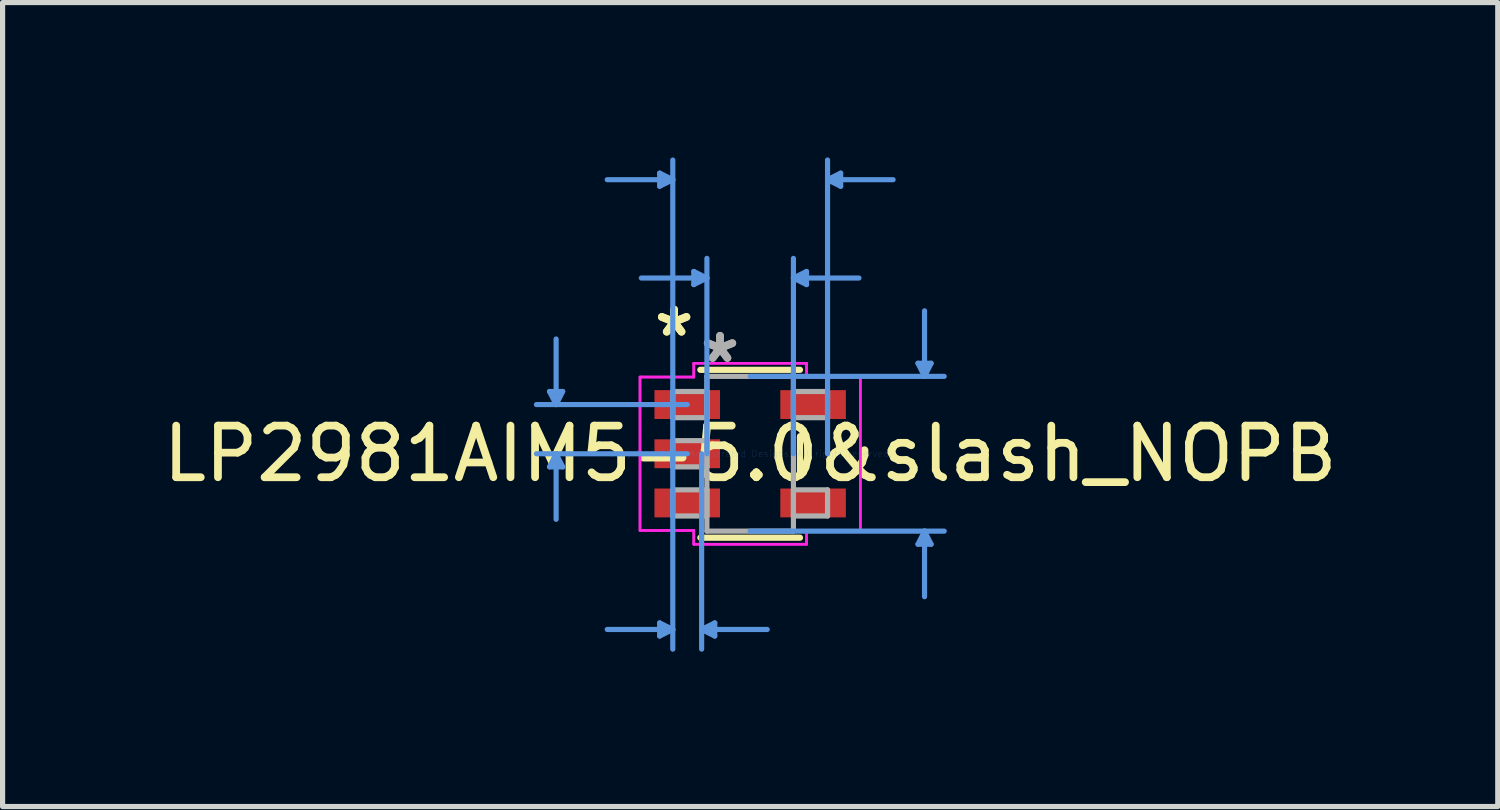
<source format=kicad_pcb>
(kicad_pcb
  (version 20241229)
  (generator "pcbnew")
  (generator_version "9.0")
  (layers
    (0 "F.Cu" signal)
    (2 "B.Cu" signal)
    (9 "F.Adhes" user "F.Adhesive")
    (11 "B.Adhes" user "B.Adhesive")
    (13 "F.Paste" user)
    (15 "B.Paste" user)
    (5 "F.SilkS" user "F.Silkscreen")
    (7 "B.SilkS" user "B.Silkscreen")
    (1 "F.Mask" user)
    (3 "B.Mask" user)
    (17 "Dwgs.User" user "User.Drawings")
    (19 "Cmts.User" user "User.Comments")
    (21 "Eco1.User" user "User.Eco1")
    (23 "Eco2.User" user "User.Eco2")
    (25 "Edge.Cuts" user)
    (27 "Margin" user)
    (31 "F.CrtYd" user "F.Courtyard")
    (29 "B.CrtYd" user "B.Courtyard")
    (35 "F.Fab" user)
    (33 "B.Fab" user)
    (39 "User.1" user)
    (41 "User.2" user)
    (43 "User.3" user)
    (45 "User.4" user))
  (footprint "LP2981AIM5-5.0&slash_NOPB"
    (layer "F.Cu")
    (at 11.482 5.74)
    (property "Reference" "LP2981AIM5-5.0&slash_NOPB" (at 0 0 0) (layer "F.SilkS") (effects (font (size 1 1) (thickness 0.15))))
    (attr through_hole)
    (fp_line (start -0.965 1.626) (end 0.965 1.626) (stroke (width 0.12) (type solid)) (layer "F.SilkS"))
    (fp_line (start 0.965 -1.626) (end -0.965 -1.626) (stroke (width 0.12) (type solid)) (layer "F.SilkS"))
    (fp_line (start 0.965 0.34) (end 0.965 -0.34) (stroke (width 0.12) (type solid)) (layer "F.SilkS"))
    (fp_line (start -3.886 -1.206) (end -3.632 -1.206) (stroke (width 0.1) (type solid)) (layer "Cmts.User"))
    (fp_line (start -3.886 0.254) (end -3.632 0.254) (stroke (width 0.1) (type solid)) (layer "Cmts.User"))
    (fp_line (start -3.759 -0.953) (end -3.886 -1.206) (stroke (width 0.1) (type solid)) (layer "Cmts.User"))
    (fp_line (start -3.759 -0.953) (end -3.759 -2.223) (stroke (width 0.1) (type solid)) (layer "Cmts.User"))
    (fp_line (start -3.759 -0.953) (end -3.632 -1.206) (stroke (width 0.1) (type solid)) (layer "Cmts.User"))
    (fp_line (start -3.759 0) (end -3.886 0.254) (stroke (width 0.1) (type solid)) (layer "Cmts.User"))
    (fp_line (start -3.759 0) (end -3.759 1.27) (stroke (width 0.1) (type solid)) (layer "Cmts.User"))
    (fp_line (start -3.759 0) (end -3.632 0.254) (stroke (width 0.1) (type solid)) (layer "Cmts.User"))
    (fp_line (start -1.753 -5.436) (end -1.753 -5.182) (stroke (width 0.1) (type solid)) (layer "Cmts.User"))
    (fp_line (start -1.753 3.277) (end -1.753 3.531) (stroke (width 0.1) (type solid)) (layer "Cmts.User"))
    (fp_line (start -1.499 -5.309) (end -2.769 -5.309) (stroke (width 0.1) (type solid)) (layer "Cmts.User"))
    (fp_line (start -1.499 -5.309) (end -1.753 -5.436) (stroke (width 0.1) (type solid)) (layer "Cmts.User"))
    (fp_line (start -1.499 -5.309) (end -1.753 -5.182) (stroke (width 0.1) (type solid)) (layer "Cmts.User"))
    (fp_line (start -1.499 0) (end -1.499 -5.69) (stroke (width 0.1) (type solid)) (layer "Cmts.User"))
    (fp_line (start -1.499 0) (end -1.499 3.785) (stroke (width 0.1) (type solid)) (layer "Cmts.User"))
    (fp_line (start -1.499 3.404) (end -2.769 3.404) (stroke (width 0.1) (type solid)) (layer "Cmts.User"))
    (fp_line (start -1.499 3.404) (end -1.753 3.277) (stroke (width 0.1) (type solid)) (layer "Cmts.User"))
    (fp_line (start -1.499 3.404) (end -1.753 3.531) (stroke (width 0.1) (type solid)) (layer "Cmts.User"))
    (fp_line (start -1.219 -0.953) (end -4.14 -0.953) (stroke (width 0.1) (type solid)) (layer "Cmts.User"))
    (fp_line (start -1.219 0) (end -4.14 0) (stroke (width 0.1) (type solid)) (layer "Cmts.User"))
    (fp_line (start -1.092 -3.531) (end -1.092 -3.277) (stroke (width 0.1) (type solid)) (layer "Cmts.User"))
    (fp_line (start -0.94 0) (end -0.94 3.785) (stroke (width 0.1) (type solid)) (layer "Cmts.User"))
    (fp_line (start -0.94 3.404) (end -0.686 3.277) (stroke (width 0.1) (type solid)) (layer "Cmts.User"))
    (fp_line (start -0.94 3.404) (end -0.686 3.531) (stroke (width 0.1) (type solid)) (layer "Cmts.User"))
    (fp_line (start -0.94 3.404) (end 0.33 3.404) (stroke (width 0.1) (type solid)) (layer "Cmts.User"))
    (fp_line (start -0.838 -3.404) (end -2.108 -3.404) (stroke (width 0.1) (type solid)) (layer "Cmts.User"))
    (fp_line (start -0.838 -3.404) (end -1.092 -3.531) (stroke (width 0.1) (type solid)) (layer "Cmts.User"))
    (fp_line (start -0.838 -3.404) (end -1.092 -3.277) (stroke (width 0.1) (type solid)) (layer "Cmts.User"))
    (fp_line (start -0.838 0) (end -0.838 -3.785) (stroke (width 0.1) (type solid)) (layer "Cmts.User"))
    (fp_line (start -0.686 3.277) (end -0.686 3.531) (stroke (width 0.1) (type solid)) (layer "Cmts.User"))
    (fp_line (start 0 -1.499) (end 3.759 -1.499) (stroke (width 0.1) (type solid)) (layer "Cmts.User"))
    (fp_line (start 0 1.499) (end 3.759 1.499) (stroke (width 0.1) (type solid)) (layer "Cmts.User"))
    (fp_line (start 0.838 -3.404) (end 1.092 -3.531) (stroke (width 0.1) (type solid)) (layer "Cmts.User"))
    (fp_line (start 0.838 -3.404) (end 1.092 -3.277) (stroke (width 0.1) (type solid)) (layer "Cmts.User"))
    (fp_line (start 0.838 -3.404) (end 2.108 -3.404) (stroke (width 0.1) (type solid)) (layer "Cmts.User"))
    (fp_line (start 0.838 0) (end 0.838 -3.785) (stroke (width 0.1) (type solid)) (layer "Cmts.User"))
    (fp_line (start 1.092 -3.531) (end 1.092 -3.277) (stroke (width 0.1) (type solid)) (layer "Cmts.User"))
    (fp_line (start 1.499 -5.309) (end 1.753 -5.436) (stroke (width 0.1) (type solid)) (layer "Cmts.User"))
    (fp_line (start 1.499 -5.309) (end 1.753 -5.182) (stroke (width 0.1) (type solid)) (layer "Cmts.User"))
    (fp_line (start 1.499 -5.309) (end 2.769 -5.309) (stroke (width 0.1) (type solid)) (layer "Cmts.User"))
    (fp_line (start 1.499 0) (end 1.499 -5.69) (stroke (width 0.1) (type solid)) (layer "Cmts.User"))
    (fp_line (start 1.753 -5.436) (end 1.753 -5.182) (stroke (width 0.1) (type solid)) (layer "Cmts.User"))
    (fp_line (start 3.251 -1.753) (end 3.505 -1.753) (stroke (width 0.1) (type solid)) (layer "Cmts.User"))
    (fp_line (start 3.251 1.753) (end 3.505 1.753) (stroke (width 0.1) (type solid)) (layer "Cmts.User"))
    (fp_line (start 3.378 -1.499) (end 3.251 -1.753) (stroke (width 0.1) (type solid)) (layer "Cmts.User"))
    (fp_line (start 3.378 -1.499) (end 3.378 -2.769) (stroke (width 0.1) (type solid)) (layer "Cmts.User"))
    (fp_line (start 3.378 -1.499) (end 3.505 -1.753) (stroke (width 0.1) (type solid)) (layer "Cmts.User"))
    (fp_line (start 3.378 1.499) (end 3.251 1.753) (stroke (width 0.1) (type solid)) (layer "Cmts.User"))
    (fp_line (start 3.378 1.499) (end 3.378 2.769) (stroke (width 0.1) (type solid)) (layer "Cmts.User"))
    (fp_line (start 3.378 1.499) (end 3.505 1.753) (stroke (width 0.1) (type solid)) (layer "Cmts.User"))
    (fp_line (start -2.134 -1.486) (end -1.092 -1.486) (stroke (width 0.05) (type solid)) (layer "F.CrtYd"))
    (fp_line (start -2.134 -1.486) (end -1.092 -1.486) (stroke (width 0.05) (type solid)) (layer "F.CrtYd"))
    (fp_line (start -2.134 1.486) (end -2.134 -1.486) (stroke (width 0.05) (type solid)) (layer "F.CrtYd"))
    (fp_line (start -2.134 1.486) (end -2.134 -1.486) (stroke (width 0.05) (type solid)) (layer "F.CrtYd"))
    (fp_line (start -1.092 -1.753) (end 1.092 -1.753) (stroke (width 0.05) (type solid)) (layer "F.CrtYd"))
    (fp_line (start -1.092 -1.753) (end 1.092 -1.753) (stroke (width 0.05) (type solid)) (layer "F.CrtYd"))
    (fp_line (start -1.092 -1.486) (end -1.092 -1.753) (stroke (width 0.05) (type solid)) (layer "F.CrtYd"))
    (fp_line (start -1.092 -1.486) (end -1.092 -1.753) (stroke (width 0.05) (type solid)) (layer "F.CrtYd"))
    (fp_line (start -1.092 1.486) (end -2.134 1.486) (stroke (width 0.05) (type solid)) (layer "F.CrtYd"))
    (fp_line (start -1.092 1.486) (end -2.134 1.486) (stroke (width 0.05) (type solid)) (layer "F.CrtYd"))
    (fp_line (start -1.092 1.753) (end -1.092 1.486) (stroke (width 0.05) (type solid)) (layer "F.CrtYd"))
    (fp_line (start -1.092 1.753) (end -1.092 1.486) (stroke (width 0.05) (type solid)) (layer "F.CrtYd"))
    (fp_line (start 1.092 -1.753) (end 1.092 -1.486) (stroke (width 0.05) (type solid)) (layer "F.CrtYd"))
    (fp_line (start 1.092 -1.753) (end 1.092 -1.486) (stroke (width 0.05) (type solid)) (layer "F.CrtYd"))
    (fp_line (start 1.092 -1.486) (end 2.134 -1.486) (stroke (width 0.05) (type solid)) (layer "F.CrtYd"))
    (fp_line (start 1.092 -1.486) (end 2.134 -1.486) (stroke (width 0.05) (type solid)) (layer "F.CrtYd"))
    (fp_line (start 1.092 1.486) (end 1.092 1.753) (stroke (width 0.05) (type solid)) (layer "F.CrtYd"))
    (fp_line (start 1.092 1.486) (end 1.092 1.753) (stroke (width 0.05) (type solid)) (layer "F.CrtYd"))
    (fp_line (start 1.092 1.753) (end -1.092 1.753) (stroke (width 0.05) (type solid)) (layer "F.CrtYd"))
    (fp_line (start 1.092 1.753) (end -1.092 1.753) (stroke (width 0.05) (type solid)) (layer "F.CrtYd"))
    (fp_line (start 2.134 -1.486) (end 2.134 1.486) (stroke (width 0.05) (type solid)) (layer "F.CrtYd"))
    (fp_line (start 2.134 -1.486) (end 2.134 1.486) (stroke (width 0.05) (type solid)) (layer "F.CrtYd"))
    (fp_line (start 2.134 1.486) (end 1.092 1.486) (stroke (width 0.05) (type solid)) (layer "F.CrtYd"))
    (fp_line (start 2.134 1.486) (end 1.092 1.486) (stroke (width 0.05) (type solid)) (layer "F.CrtYd"))
    (fp_line (start -1.499 -1.206) (end -1.499 -0.699) (stroke (width 0.1) (type solid)) (layer "F.Fab"))
    (fp_line (start -1.499 -0.699) (end -0.838 -0.699) (stroke (width 0.1) (type solid)) (layer "F.Fab"))
    (fp_line (start -1.499 -0.254) (end -1.499 0.254) (stroke (width 0.1) (type solid)) (layer "F.Fab"))
    (fp_line (start -1.499 0.254) (end -0.838 0.254) (stroke (width 0.1) (type solid)) (layer "F.Fab"))
    (fp_line (start -1.499 0.699) (end -1.499 1.206) (stroke (width 0.1) (type solid)) (layer "F.Fab"))
    (fp_line (start -1.499 1.206) (end -0.838 1.206) (stroke (width 0.1) (type solid)) (layer "F.Fab"))
    (fp_line (start -0.838 -1.499) (end -0.838 1.499) (stroke (width 0.1) (type solid)) (layer "F.Fab"))
    (fp_line (start -0.838 -1.206) (end -1.499 -1.206) (stroke (width 0.1) (type solid)) (layer "F.Fab"))
    (fp_line (start -0.838 -0.699) (end -0.838 -1.206) (stroke (width 0.1) (type solid)) (layer "F.Fab"))
    (fp_line (start -0.838 -0.254) (end -1.499 -0.254) (stroke (width 0.1) (type solid)) (layer "F.Fab"))
    (fp_line (start -0.838 0.254) (end -0.838 -0.254) (stroke (width 0.1) (type solid)) (layer "F.Fab"))
    (fp_line (start -0.838 0.699) (end -1.499 0.699) (stroke (width 0.1) (type solid)) (layer "F.Fab"))
    (fp_line (start -0.838 1.206) (end -0.838 0.699) (stroke (width 0.1) (type solid)) (layer "F.Fab"))
    (fp_line (start -0.838 1.499) (end 0.838 1.499) (stroke (width 0.1) (type solid)) (layer "F.Fab"))
    (fp_line (start 0.838 -1.499) (end -0.838 -1.499) (stroke (width 0.1) (type solid)) (layer "F.Fab"))
    (fp_line (start 0.838 -1.206) (end 0.838 -0.699) (stroke (width 0.1) (type solid)) (layer "F.Fab"))
    (fp_line (start 0.838 -0.699) (end 1.499 -0.699) (stroke (width 0.1) (type solid)) (layer "F.Fab"))
    (fp_line (start 0.838 0.699) (end 0.838 1.206) (stroke (width 0.1) (type solid)) (layer "F.Fab"))
    (fp_line (start 0.838 1.206) (end 1.499 1.206) (stroke (width 0.1) (type solid)) (layer "F.Fab"))
    (fp_line (start 0.838 1.499) (end 0.838 -1.499) (stroke (width 0.1) (type solid)) (layer "F.Fab"))
    (fp_line (start 1.499 -1.206) (end 0.838 -1.206) (stroke (width 0.1) (type solid)) (layer "F.Fab"))
    (fp_line (start 1.499 -0.699) (end 1.499 -1.206) (stroke (width 0.1) (type solid)) (layer "F.Fab"))
    (fp_line (start 1.499 0.699) (end 0.838 0.699) (stroke (width 0.1) (type solid)) (layer "F.Fab"))
    (fp_line (start 1.499 1.206) (end 1.499 0.699) (stroke (width 0.1) (type solid)) (layer "F.Fab"))
    (fp_text user "*" (at -1.473 -2.248 0) (layer "F.SilkS") (effects (font (size 1 1) (thickness 0.15))))
    (fp_text user "*" (at -1.473 -2.248 0) (layer "F.SilkS") (effects (font (size 1 1) (thickness 0.15))))
    (fp_text user "Copyright 2021 Accelerated Designs. All rights reserved." (at 0 0 0) (layer "Cmts.User") (effects (font (size 0.127 0.127) (thickness 0.002))))
    (fp_text user "*" (at -0.584 -1.74 0) (layer "F.Fab") (effects (font (size 1 1) (thickness 0.15))))
    (fp_text user "*" (at -0.584 -1.74 0) (layer "F.Fab") (effects (font (size 1 1) (thickness 0.15))))
    (pad "1" smd rect (at -1.219 -0.953) (size 1.27 0.559) (layers "F.Cu" "F.Mask" "F.Paste"))
    (pad "2" smd rect (at -1.219 0) (size 1.27 0.559) (layers "F.Cu" "F.Mask" "F.Paste"))
    (pad "3" smd rect (at -1.219 0.953) (size 1.27 0.559) (layers "F.Cu" "F.Mask" "F.Paste"))
    (pad "4" smd rect (at 1.219 0.953) (size 1.27 0.559) (layers "F.Cu" "F.Mask" "F.Paste"))
    (pad "5" smd rect (at 1.219 -0.953) (size 1.27 0.559) (layers "F.Cu" "F.Mask" "F.Paste")))
  (gr_rect
    (start -3 -3)
    (end 25.964 12.574)
    (stroke (width 0.1) (type default))
    (fill no)
    (layer "Edge.Cuts")))
</source>
